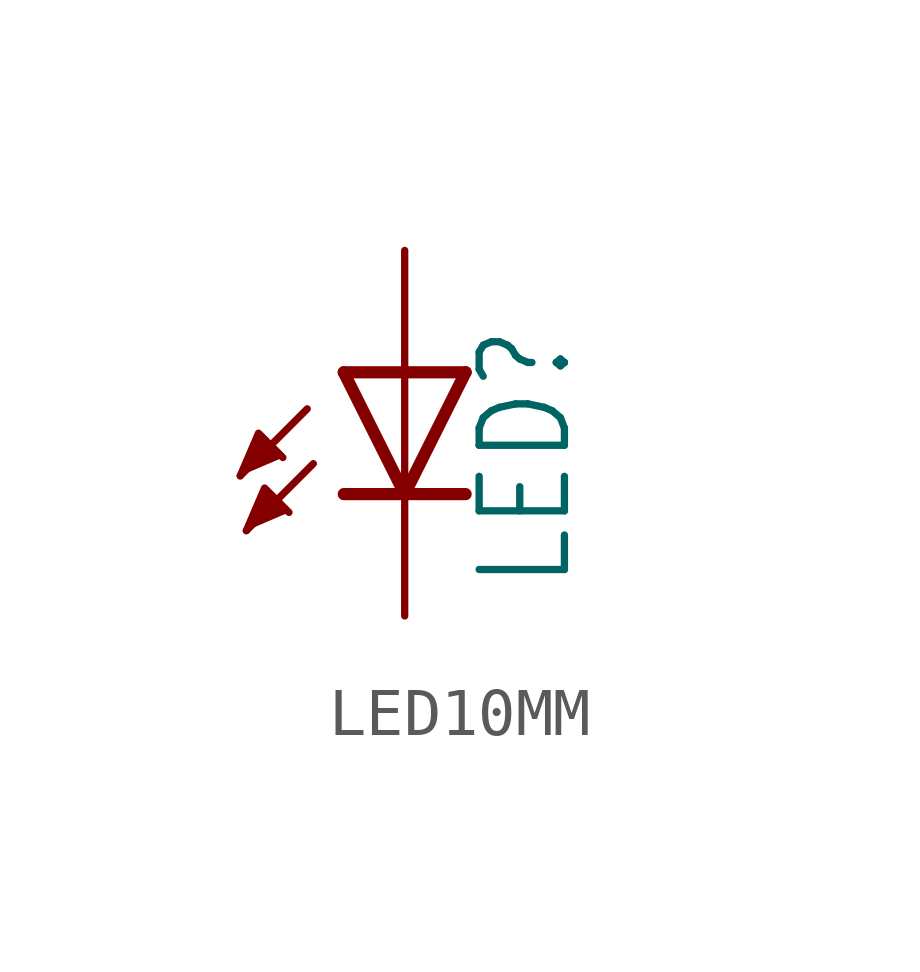
<source format=kicad_sym>
(kicad_symbol_lib
  (version 20220914)
  (generator kicad_symbol_editor)
  (symbol "LED10MM"
    (property "Reference" "LED"
      (at 3.556 -4.572 90)
      (effects (font (size 1.778 1.511)) (justify left bottom)))
    (property "Value" ""
      (at 5.715 -4.572 90)
      (effects (font (size 1.778 1.511)) (justify left bottom)))
    (property "ki_locked" ""
      (at 0 0 0)
      (effects (font (size 1.27 1.27))))
    (symbol "LED10MM_1_0"
      (polyline (pts (xy -2.032 -0.762) (xy -3.429 -2.159)) (stroke (width 0.152) (type solid)) (fill (type none)))
      (polyline (pts (xy -1.905 -1.905) (xy -3.302 -3.302)) (stroke (width 0.152) (type solid)) (fill (type none)))
      (polyline (pts (xy 0 -2.54) (xy -1.27 -2.54)) (stroke (width 0.254) (type solid)) (fill (type none)))
      (polyline (pts (xy 0 -2.54) (xy -1.27 0)) (stroke (width 0.254) (type solid)) (fill (type none)))
      (polyline (pts (xy 0 0) (xy -1.27 0)) (stroke (width 0.254) (type solid)) (fill (type none)))
      (polyline (pts (xy 0 0) (xy 0 -2.54)) (stroke (width 0.152) (type solid)) (fill (type none)))
      (polyline (pts (xy 1.27 -2.54) (xy 0 -2.54)) (stroke (width 0.254) (type solid)) (fill (type none)))
      (polyline (pts (xy 1.27 0) (xy 0 -2.54)) (stroke (width 0.254) (type solid)) (fill (type none)))
      (polyline (pts (xy 1.27 0) (xy 0 0)) (stroke (width 0.254) (type solid)) (fill (type none)))
      (polyline (pts (xy -3.429 -2.159) (xy -3.048 -1.27) (xy -2.54 -1.778)) (stroke (width 0.152) (type solid)) (fill (type outline)))
      (polyline (pts (xy -3.302 -3.302) (xy -2.921 -2.413) (xy -2.413 -2.921)) (stroke (width 0.152) (type solid)) (fill (type outline)))
      (pin passive line (at 0 2.54 270) (length 2.54) (name "A" (effects (font (size 0 0)))) (number "A" (effects (font (size 0 0)))))
      (pin passive line (at 0 -5.08 90) (length 2.54) (name "C" (effects (font (size 0 0)))) (number "K" (effects (font (size 0 0))))))))
</source>
